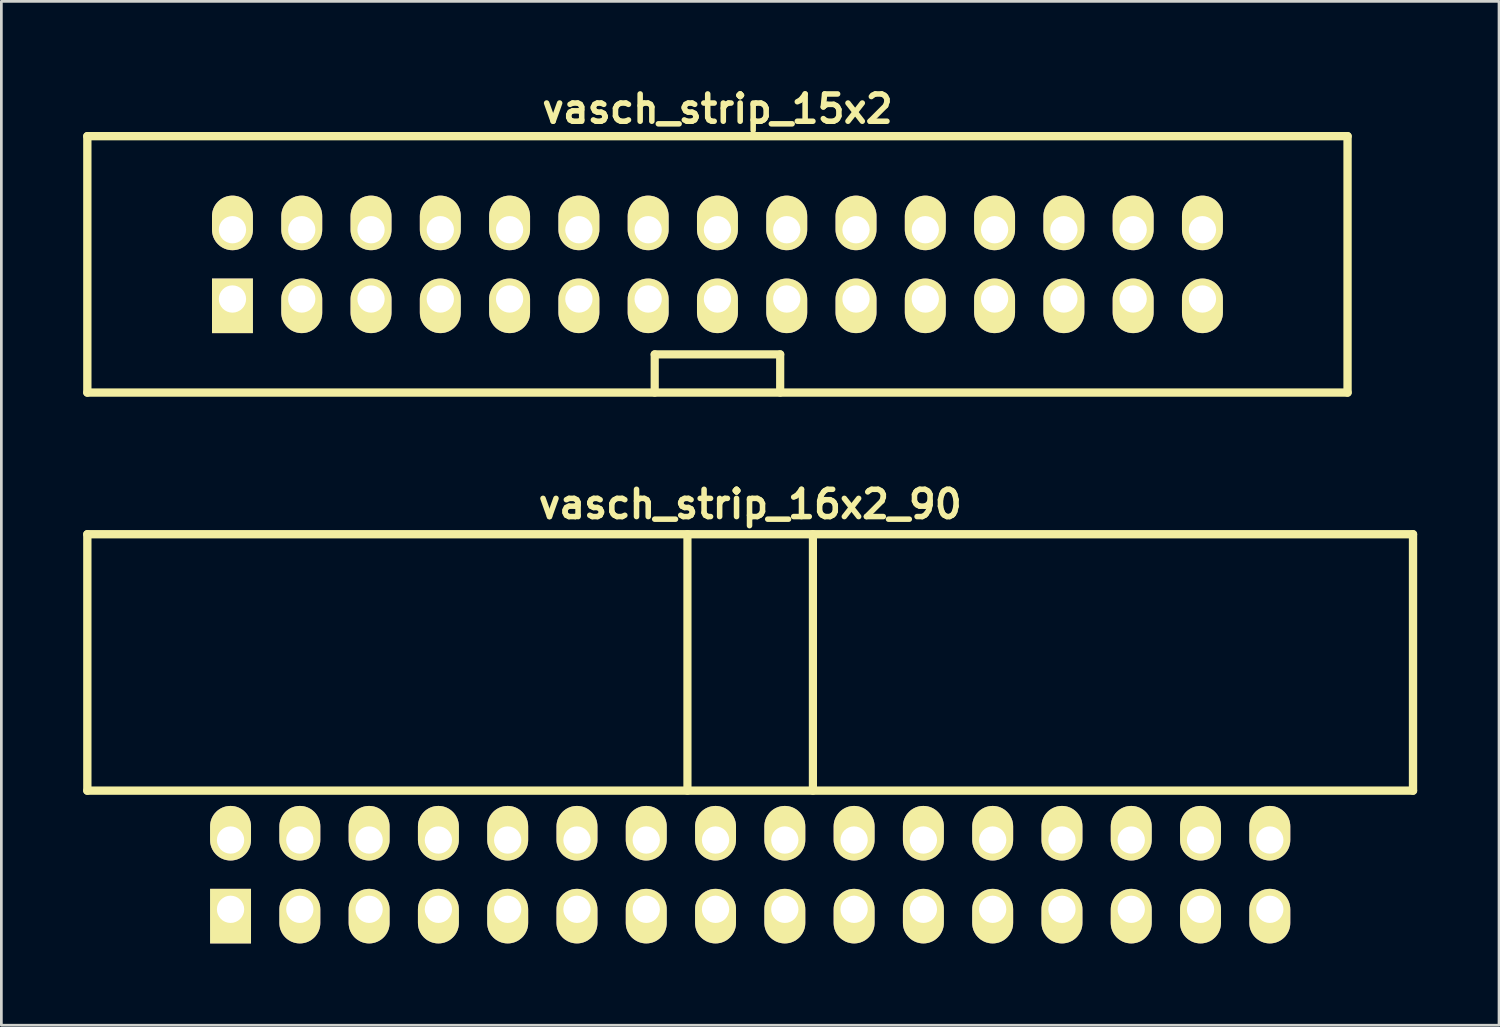
<source format=kicad_pcb>
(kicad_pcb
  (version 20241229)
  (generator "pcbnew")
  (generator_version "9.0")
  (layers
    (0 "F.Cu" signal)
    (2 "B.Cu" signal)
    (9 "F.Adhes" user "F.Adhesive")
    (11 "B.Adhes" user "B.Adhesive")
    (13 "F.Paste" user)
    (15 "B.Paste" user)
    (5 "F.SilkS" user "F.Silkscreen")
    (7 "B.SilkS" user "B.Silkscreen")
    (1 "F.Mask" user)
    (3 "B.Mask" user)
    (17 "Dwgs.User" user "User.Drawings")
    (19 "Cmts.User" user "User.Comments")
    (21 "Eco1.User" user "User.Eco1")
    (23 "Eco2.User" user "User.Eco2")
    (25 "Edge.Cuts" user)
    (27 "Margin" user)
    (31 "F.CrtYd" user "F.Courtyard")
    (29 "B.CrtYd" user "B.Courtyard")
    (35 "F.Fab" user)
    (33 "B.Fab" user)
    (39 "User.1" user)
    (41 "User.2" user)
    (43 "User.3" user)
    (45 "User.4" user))
  (footprint "vasch_strip_15x2"
    (layer "F.Cu")
    (at 23.252 6.642)
    (property "Reference" "vasch_strip_15x2" (at 0 -5.7 0) (layer "F.SilkS") (effects (font (size 1 1) (thickness 0.203))))
    (attr through_hole)
    (fp_line (start -23.1 -4.7) (end -23.1 4.7) (stroke (width 0.305) (type solid)) (layer "F.SilkS"))
    (fp_line (start -23.1 4.7) (end 23.1 4.7) (stroke (width 0.305) (type solid)) (layer "F.SilkS"))
    (fp_line (start -2.3 3.3) (end -2.3 4.7) (stroke (width 0.3) (type solid)) (layer "F.SilkS"))
    (fp_line (start 2.3 3.3) (end -2.3 3.3) (stroke (width 0.3) (type solid)) (layer "F.SilkS"))
    (fp_line (start 2.3 4.7) (end 2.3 3.3) (stroke (width 0.3) (type solid)) (layer "F.SilkS"))
    (fp_line (start 23.1 -4.7) (end -23.1 -4.7) (stroke (width 0.305) (type solid)) (layer "F.SilkS"))
    (fp_line (start 23.1 -4.7) (end 23.1 4.7) (stroke (width 0.305) (type solid)) (layer "F.SilkS"))
    (pad "1" thru_hole rect (at -17.78 1.27) (size 1.5 2) (drill 1 (offset 0 0.25)) (layers "*.Cu" "*.Mask" "F.SilkS"))
    (pad "2" thru_hole oval (at -17.78 -1.27) (size 1.5 2) (drill 1 (offset 0 -0.25)) (layers "*.Cu" "*.Mask" "F.SilkS"))
    (pad "3" thru_hole oval (at -15.24 1.27) (size 1.5 2) (drill 1 (offset 0 0.25)) (layers "*.Cu" "*.Mask" "F.SilkS"))
    (pad "4" thru_hole oval (at -15.24 -1.27) (size 1.5 2) (drill 1 (offset 0 -0.25)) (layers "*.Cu" "*.Mask" "F.SilkS"))
    (pad "5" thru_hole oval (at -12.7 1.27) (size 1.5 2) (drill 1 (offset 0 0.25)) (layers "*.Cu" "*.Mask" "F.SilkS"))
    (pad "6" thru_hole oval (at -12.7 -1.27) (size 1.5 2) (drill 1 (offset 0 -0.25)) (layers "*.Cu" "*.Mask" "F.SilkS"))
    (pad "7" thru_hole oval (at -10.16 1.27) (size 1.5 2) (drill 1 (offset 0 0.25)) (layers "*.Cu" "*.Mask" "F.SilkS"))
    (pad "8" thru_hole oval (at -10.16 -1.27) (size 1.5 2) (drill 1 (offset 0 -0.25)) (layers "*.Cu" "*.Mask" "F.SilkS"))
    (pad "9" thru_hole oval (at -7.62 1.27) (size 1.5 2) (drill 1 (offset 0 0.25)) (layers "*.Cu" "*.Mask" "F.SilkS"))
    (pad "10" thru_hole oval (at -7.62 -1.27) (size 1.5 2) (drill 1 (offset 0 -0.25)) (layers "*.Cu" "*.Mask" "F.SilkS"))
    (pad "11" thru_hole oval (at -5.08 1.27) (size 1.5 2) (drill 1 (offset 0 0.25)) (layers "*.Cu" "*.Mask" "F.SilkS"))
    (pad "12" thru_hole oval (at -5.08 -1.27) (size 1.5 2) (drill 1 (offset 0 -0.25)) (layers "*.Cu" "*.Mask" "F.SilkS"))
    (pad "13" thru_hole oval (at -2.54 1.27) (size 1.5 2) (drill 1 (offset 0 0.25)) (layers "*.Cu" "*.Mask" "F.SilkS"))
    (pad "14" thru_hole oval (at -2.54 -1.27) (size 1.5 2) (drill 1 (offset 0 -0.25)) (layers "*.Cu" "*.Mask" "F.SilkS"))
    (pad "15" thru_hole oval (at 0 1.27) (size 1.5 2) (drill 1 (offset 0 0.25)) (layers "*.Cu" "*.Mask" "F.SilkS"))
    (pad "16" thru_hole oval (at 0 -1.27) (size 1.5 2) (drill 1 (offset 0 -0.25)) (layers "*.Cu" "*.Mask" "F.SilkS"))
    (pad "17" thru_hole oval (at 2.54 1.27) (size 1.5 2) (drill 1 (offset 0 0.25)) (layers "*.Cu" "*.Mask" "F.SilkS"))
    (pad "18" thru_hole oval (at 2.54 -1.27) (size 1.5 2) (drill 1 (offset 0 -0.25)) (layers "*.Cu" "*.Mask" "F.SilkS"))
    (pad "19" thru_hole oval (at 5.08 1.27) (size 1.5 2) (drill 1 (offset 0 0.25)) (layers "*.Cu" "*.Mask" "F.SilkS"))
    (pad "20" thru_hole oval (at 5.08 -1.27) (size 1.5 2) (drill 1 (offset 0 -0.25)) (layers "*.Cu" "*.Mask" "F.SilkS"))
    (pad "21" thru_hole oval (at 7.62 1.27) (size 1.5 2) (drill 1 (offset 0 0.25)) (layers "*.Cu" "*.Mask" "F.SilkS"))
    (pad "22" thru_hole oval (at 7.62 -1.27) (size 1.5 2) (drill 1 (offset 0 -0.25)) (layers "*.Cu" "*.Mask" "F.SilkS"))
    (pad "23" thru_hole oval (at 10.16 1.27) (size 1.5 2) (drill 1 (offset 0 0.25)) (layers "*.Cu" "*.Mask" "F.SilkS"))
    (pad "24" thru_hole oval (at 10.16 -1.27) (size 1.5 2) (drill 1 (offset 0 -0.25)) (layers "*.Cu" "*.Mask" "F.SilkS"))
    (pad "25" thru_hole oval (at 12.7 1.27) (size 1.5 2) (drill 1 (offset 0 0.25)) (layers "*.Cu" "*.Mask" "F.SilkS"))
    (pad "26" thru_hole oval (at 12.7 -1.27) (size 1.5 2) (drill 1 (offset 0 -0.25)) (layers "*.Cu" "*.Mask" "F.SilkS"))
    (pad "27" thru_hole oval (at 15.24 1.27) (size 1.5 2) (drill 1 (offset 0 0.25)) (layers "*.Cu" "*.Mask" "F.SilkS"))
    (pad "28" thru_hole oval (at 15.24 -1.27) (size 1.5 2) (drill 1 (offset 0 -0.25)) (layers "*.Cu" "*.Mask" "F.SilkS"))
    (pad "29" thru_hole oval (at 17.78 1.27) (size 1.5 2) (drill 1 (offset 0 0.25)) (layers "*.Cu" "*.Mask" "F.SilkS"))
    (pad "30" thru_hole oval (at 17.78 -1.27) (size 1.5 2) (drill 1 (offset 0 -0.25)) (layers "*.Cu" "*.Mask" "F.SilkS")))
  (footprint "vasch_strip_16x2_90"
    (layer "F.Cu")
    (at 24.452 23.936)
    (property "Reference" "vasch_strip_16x2_90" (at 0 -8.5 0) (layer "F.SilkS") (effects (font (size 1 1) (thickness 0.203))))
    (attr through_hole)
    (fp_line (start -24.3 -7.4) (end -24.3 2) (stroke (width 0.305) (type solid)) (layer "F.SilkS"))
    (fp_line (start -24.3 2) (end 24.3 2) (stroke (width 0.305) (type solid)) (layer "F.SilkS"))
    (fp_line (start -2.3 -7.4) (end -2.3 2) (stroke (width 0.3) (type solid)) (layer "F.SilkS"))
    (fp_line (start 2.3 -7.4) (end 2.3 2) (stroke (width 0.3) (type solid)) (layer "F.SilkS"))
    (fp_line (start 24.3 -7.4) (end -24.3 -7.4) (stroke (width 0.305) (type solid)) (layer "F.SilkS"))
    (fp_line (start 24.3 -7.4) (end 24.3 2) (stroke (width 0.305) (type solid)) (layer "F.SilkS"))
    (pad "1" thru_hole rect (at -19.05 6.35) (size 1.5 2) (drill 1 (offset 0 0.25)) (layers "*.Cu" "*.Mask" "F.SilkS"))
    (pad "2" thru_hole oval (at -19.05 3.81) (size 1.5 2) (drill 1 (offset 0 -0.25)) (layers "*.Cu" "*.Mask" "F.SilkS"))
    (pad "3" thru_hole oval (at -16.51 6.35) (size 1.5 2) (drill 1 (offset 0 0.25)) (layers "*.Cu" "*.Mask" "F.SilkS"))
    (pad "4" thru_hole oval (at -16.51 3.81) (size 1.5 2) (drill 1 (offset 0 -0.25)) (layers "*.Cu" "*.Mask" "F.SilkS"))
    (pad "5" thru_hole oval (at -13.97 6.35) (size 1.5 2) (drill 1 (offset 0 0.25)) (layers "*.Cu" "*.Mask" "F.SilkS"))
    (pad "6" thru_hole oval (at -13.97 3.81) (size 1.5 2) (drill 1 (offset 0 -0.25)) (layers "*.Cu" "*.Mask" "F.SilkS"))
    (pad "7" thru_hole oval (at -11.43 6.35) (size 1.5 2) (drill 1 (offset 0 0.25)) (layers "*.Cu" "*.Mask" "F.SilkS"))
    (pad "8" thru_hole oval (at -11.43 3.81) (size 1.5 2) (drill 1 (offset 0 -0.25)) (layers "*.Cu" "*.Mask" "F.SilkS"))
    (pad "9" thru_hole oval (at -8.89 6.35) (size 1.5 2) (drill 1 (offset 0 0.25)) (layers "*.Cu" "*.Mask" "F.SilkS"))
    (pad "10" thru_hole oval (at -8.89 3.81) (size 1.5 2) (drill 1 (offset 0 -0.25)) (layers "*.Cu" "*.Mask" "F.SilkS"))
    (pad "11" thru_hole oval (at -6.35 6.35) (size 1.5 2) (drill 1 (offset 0 0.25)) (layers "*.Cu" "*.Mask" "F.SilkS"))
    (pad "12" thru_hole oval (at -6.35 3.81) (size 1.5 2) (drill 1 (offset 0 -0.25)) (layers "*.Cu" "*.Mask" "F.SilkS"))
    (pad "13" thru_hole oval (at -3.81 6.35) (size 1.5 2) (drill 1 (offset 0 0.25)) (layers "*.Cu" "*.Mask" "F.SilkS"))
    (pad "14" thru_hole oval (at -3.81 3.81) (size 1.5 2) (drill 1 (offset 0 -0.25)) (layers "*.Cu" "*.Mask" "F.SilkS"))
    (pad "15" thru_hole oval (at -1.27 6.35) (size 1.5 2) (drill 1 (offset 0 0.25)) (layers "*.Cu" "*.Mask" "F.SilkS"))
    (pad "16" thru_hole oval (at -1.27 3.81) (size 1.5 2) (drill 1 (offset 0 -0.25)) (layers "*.Cu" "*.Mask" "F.SilkS"))
    (pad "17" thru_hole oval (at 1.27 6.35) (size 1.5 2) (drill 1 (offset 0 0.25)) (layers "*.Cu" "*.Mask" "F.SilkS"))
    (pad "18" thru_hole oval (at 1.27 3.81) (size 1.5 2) (drill 1 (offset 0 -0.25)) (layers "*.Cu" "*.Mask" "F.SilkS"))
    (pad "19" thru_hole oval (at 3.81 6.35) (size 1.5 2) (drill 1 (offset 0 0.25)) (layers "*.Cu" "*.Mask" "F.SilkS"))
    (pad "20" thru_hole oval (at 3.81 3.81) (size 1.5 2) (drill 1 (offset 0 -0.25)) (layers "*.Cu" "*.Mask" "F.SilkS"))
    (pad "21" thru_hole oval (at 6.35 6.35) (size 1.5 2) (drill 1 (offset 0 0.25)) (layers "*.Cu" "*.Mask" "F.SilkS"))
    (pad "22" thru_hole oval (at 6.35 3.81) (size 1.5 2) (drill 1 (offset 0 -0.25)) (layers "*.Cu" "*.Mask" "F.SilkS"))
    (pad "23" thru_hole oval (at 8.89 6.35) (size 1.5 2) (drill 1 (offset 0 0.25)) (layers "*.Cu" "*.Mask" "F.SilkS"))
    (pad "24" thru_hole oval (at 8.89 3.81) (size 1.5 2) (drill 1 (offset 0 -0.25)) (layers "*.Cu" "*.Mask" "F.SilkS"))
    (pad "25" thru_hole oval (at 11.43 6.35) (size 1.5 2) (drill 1 (offset 0 0.25)) (layers "*.Cu" "*.Mask" "F.SilkS"))
    (pad "26" thru_hole oval (at 11.43 3.81) (size 1.5 2) (drill 1 (offset 0 -0.25)) (layers "*.Cu" "*.Mask" "F.SilkS"))
    (pad "27" thru_hole oval (at 13.97 6.35) (size 1.5 2) (drill 1 (offset 0 0.25)) (layers "*.Cu" "*.Mask" "F.SilkS"))
    (pad "28" thru_hole oval (at 13.97 3.81) (size 1.5 2) (drill 1 (offset 0 -0.25)) (layers "*.Cu" "*.Mask" "F.SilkS"))
    (pad "29" thru_hole oval (at 16.51 6.35) (size 1.5 2) (drill 1 (offset 0 0.25)) (layers "*.Cu" "*.Mask" "F.SilkS"))
    (pad "30" thru_hole oval (at 16.51 3.81) (size 1.5 2) (drill 1 (offset 0 -0.25)) (layers "*.Cu" "*.Mask" "F.SilkS"))
    (pad "31" thru_hole oval (at 19.05 6.35) (size 1.5 2) (drill 1 (offset 0 0.25)) (layers "*.Cu" "*.Mask" "F.SilkS"))
    (pad "32" thru_hole oval (at 19.05 3.81) (size 1.5 2) (drill 1 (offset 0 -0.25)) (layers "*.Cu" "*.Mask" "F.SilkS")))
  (gr_rect
    (start -3 -3)
    (end 51.905 34.536)
    (stroke (width 0.1) (type default))
    (fill no)
    (layer "Edge.Cuts")))
</source>
